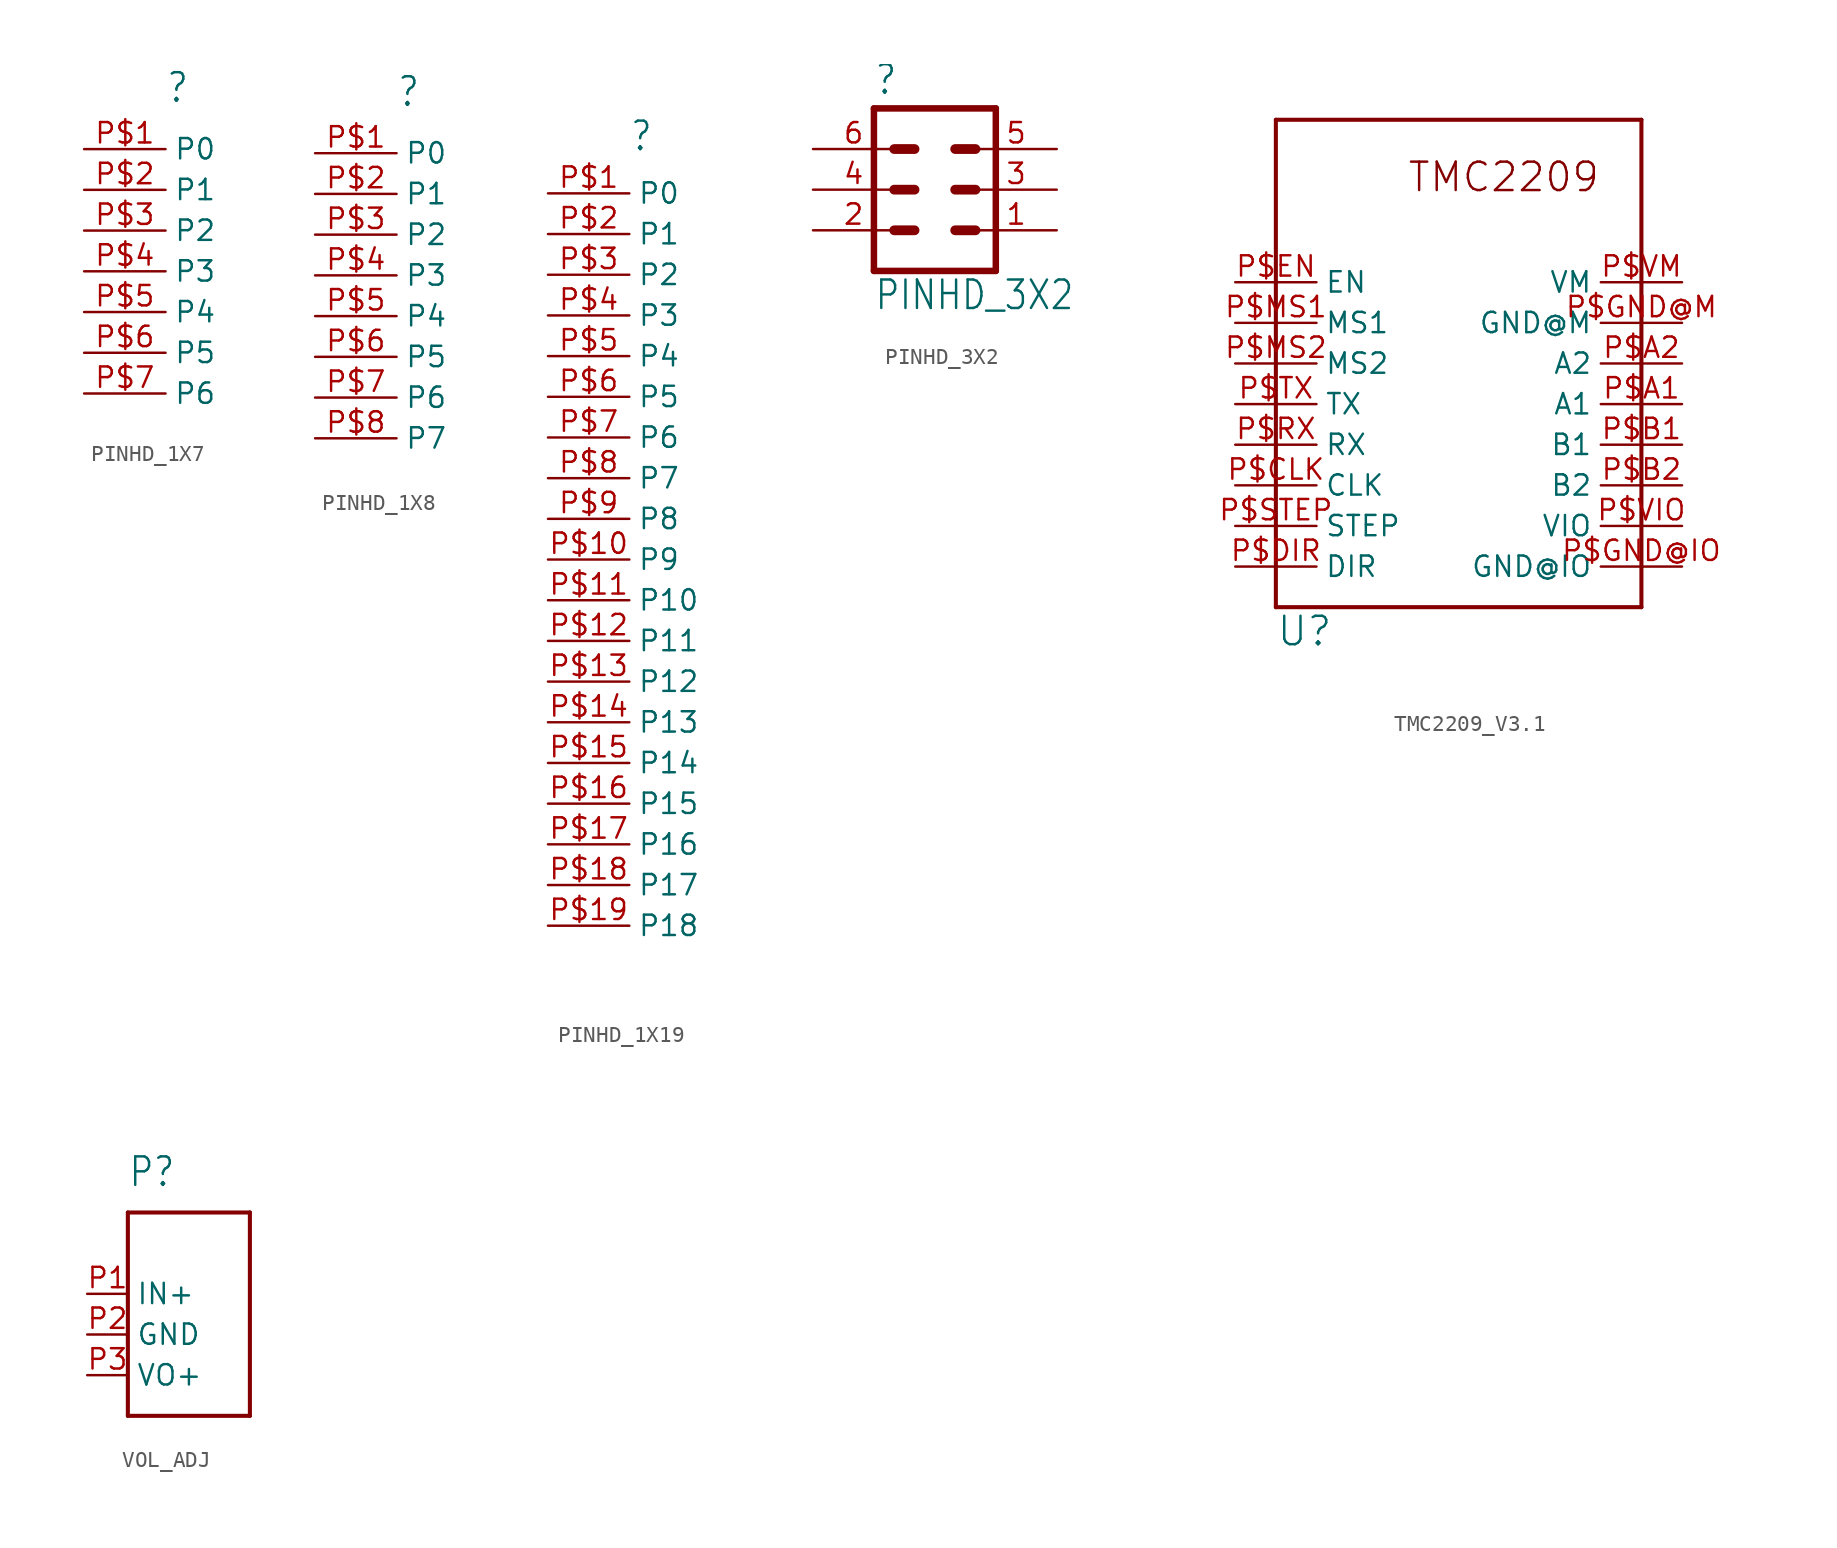
<source format=kicad_sym>
(kicad_symbol_lib
  (version 20211014)
  (generator kicad_symbol_editor)
  (symbol "PINHD_1X7"
    (property "Reference" ""
      (at 0 2.794 0)
      (effects (font (size 1.778 1.511)) (justify left bottom)))
    (property "ki_locked" ""
      (at 0 0 0)
      (effects (font (size 1.27 1.27))))
    (symbol "PINHD_1X7_1_0"
      (pin bidirectional line (at -5.08 0 0) (length 5.08) (name "P0" (effects (font (size 1.27 1.27)))) (number "P$1" (effects (font (size 1.27 1.27)))))
      (pin bidirectional line (at -5.08 -2.54 0) (length 5.08) (name "P1" (effects (font (size 1.27 1.27)))) (number "P$2" (effects (font (size 1.27 1.27)))))
      (pin bidirectional line (at -5.08 -5.08 0) (length 5.08) (name "P2" (effects (font (size 1.27 1.27)))) (number "P$3" (effects (font (size 1.27 1.27)))))
      (pin bidirectional line (at -5.08 -7.62 0) (length 5.08) (name "P3" (effects (font (size 1.27 1.27)))) (number "P$4" (effects (font (size 1.27 1.27)))))
      (pin bidirectional line (at -5.08 -10.16 0) (length 5.08) (name "P4" (effects (font (size 1.27 1.27)))) (number "P$5" (effects (font (size 1.27 1.27)))))
      (pin bidirectional line (at -5.08 -12.7 0) (length 5.08) (name "P5" (effects (font (size 1.27 1.27)))) (number "P$6" (effects (font (size 1.27 1.27)))))
      (pin bidirectional line (at -5.08 -15.24 0) (length 5.08) (name "P6" (effects (font (size 1.27 1.27)))) (number "P$7" (effects (font (size 1.27 1.27)))))))
  (symbol "PINHD_1X8"
    (property "Reference" ""
      (at 0 2.794 0)
      (effects (font (size 1.778 1.511)) (justify left bottom)))
    (property "ki_locked" ""
      (at 0 0 0)
      (effects (font (size 1.27 1.27))))
    (symbol "PINHD_1X8_1_0"
      (pin bidirectional line (at -5.08 0 0) (length 5.08) (name "P0" (effects (font (size 1.27 1.27)))) (number "P$1" (effects (font (size 1.27 1.27)))))
      (pin bidirectional line (at -5.08 -2.54 0) (length 5.08) (name "P1" (effects (font (size 1.27 1.27)))) (number "P$2" (effects (font (size 1.27 1.27)))))
      (pin bidirectional line (at -5.08 -5.08 0) (length 5.08) (name "P2" (effects (font (size 1.27 1.27)))) (number "P$3" (effects (font (size 1.27 1.27)))))
      (pin bidirectional line (at -5.08 -7.62 0) (length 5.08) (name "P3" (effects (font (size 1.27 1.27)))) (number "P$4" (effects (font (size 1.27 1.27)))))
      (pin bidirectional line (at -5.08 -10.16 0) (length 5.08) (name "P4" (effects (font (size 1.27 1.27)))) (number "P$5" (effects (font (size 1.27 1.27)))))
      (pin bidirectional line (at -5.08 -12.7 0) (length 5.08) (name "P5" (effects (font (size 1.27 1.27)))) (number "P$6" (effects (font (size 1.27 1.27)))))
      (pin bidirectional line (at -5.08 -15.24 0) (length 5.08) (name "P6" (effects (font (size 1.27 1.27)))) (number "P$7" (effects (font (size 1.27 1.27)))))
      (pin bidirectional line (at -5.08 -17.78 0) (length 5.08) (name "P7" (effects (font (size 1.27 1.27)))) (number "P$8" (effects (font (size 1.27 1.27)))))))
  (symbol "PINHD_1X19"
    (property "Reference" ""
      (at 0 2.54 0)
      (effects (font (size 1.778 1.511)) (justify left bottom)))
    (property "ki_locked" ""
      (at 0 0 0)
      (effects (font (size 1.27 1.27))))
    (symbol "PINHD_1X19_1_0"
      (pin bidirectional line (at -5.08 0 0) (length 5.08) (name "P0" (effects (font (size 1.27 1.27)))) (number "P$1" (effects (font (size 1.27 1.27)))))
      (pin bidirectional line (at -5.08 -22.86 0) (length 5.08) (name "P9" (effects (font (size 1.27 1.27)))) (number "P$10" (effects (font (size 1.27 1.27)))))
      (pin bidirectional line (at -5.08 -25.4 0) (length 5.08) (name "P10" (effects (font (size 1.27 1.27)))) (number "P$11" (effects (font (size 1.27 1.27)))))
      (pin bidirectional line (at -5.08 -27.94 0) (length 5.08) (name "P11" (effects (font (size 1.27 1.27)))) (number "P$12" (effects (font (size 1.27 1.27)))))
      (pin bidirectional line (at -5.08 -30.48 0) (length 5.08) (name "P12" (effects (font (size 1.27 1.27)))) (number "P$13" (effects (font (size 1.27 1.27)))))
      (pin bidirectional line (at -5.08 -33.02 0) (length 5.08) (name "P13" (effects (font (size 1.27 1.27)))) (number "P$14" (effects (font (size 1.27 1.27)))))
      (pin bidirectional line (at -5.08 -35.56 0) (length 5.08) (name "P14" (effects (font (size 1.27 1.27)))) (number "P$15" (effects (font (size 1.27 1.27)))))
      (pin bidirectional line (at -5.08 -38.1 0) (length 5.08) (name "P15" (effects (font (size 1.27 1.27)))) (number "P$16" (effects (font (size 1.27 1.27)))))
      (pin bidirectional line (at -5.08 -40.64 0) (length 5.08) (name "P16" (effects (font (size 1.27 1.27)))) (number "P$17" (effects (font (size 1.27 1.27)))))
      (pin bidirectional line (at -5.08 -43.18 0) (length 5.08) (name "P17" (effects (font (size 1.27 1.27)))) (number "P$18" (effects (font (size 1.27 1.27)))))
      (pin bidirectional line (at -5.08 -45.72 0) (length 5.08) (name "P18" (effects (font (size 1.27 1.27)))) (number "P$19" (effects (font (size 1.27 1.27)))))
      (pin bidirectional line (at -5.08 -2.54 0) (length 5.08) (name "P1" (effects (font (size 1.27 1.27)))) (number "P$2" (effects (font (size 1.27 1.27)))))
      (pin bidirectional line (at -5.08 -5.08 0) (length 5.08) (name "P2" (effects (font (size 1.27 1.27)))) (number "P$3" (effects (font (size 1.27 1.27)))))
      (pin bidirectional line (at -5.08 -7.62 0) (length 5.08) (name "P3" (effects (font (size 1.27 1.27)))) (number "P$4" (effects (font (size 1.27 1.27)))))
      (pin bidirectional line (at -5.08 -10.16 0) (length 5.08) (name "P4" (effects (font (size 1.27 1.27)))) (number "P$5" (effects (font (size 1.27 1.27)))))
      (pin bidirectional line (at -5.08 -12.7 0) (length 5.08) (name "P5" (effects (font (size 1.27 1.27)))) (number "P$6" (effects (font (size 1.27 1.27)))))
      (pin bidirectional line (at -5.08 -15.24 0) (length 5.08) (name "P6" (effects (font (size 1.27 1.27)))) (number "P$7" (effects (font (size 1.27 1.27)))))
      (pin bidirectional line (at -5.08 -17.78 0) (length 5.08) (name "P7" (effects (font (size 1.27 1.27)))) (number "P$8" (effects (font (size 1.27 1.27)))))
      (pin bidirectional line (at -5.08 -20.32 0) (length 5.08) (name "P8" (effects (font (size 1.27 1.27)))) (number "P$9" (effects (font (size 1.27 1.27)))))))
  (symbol "PINHD_3X2"
    (property "Reference" ""
      (at -3.81 5.842 0)
      (effects (font (size 1.778 1.511)) (justify left bottom)))
    (property "Value" "PINHD_3X2"
      (at -3.81 -7.62 0)
      (effects (font (size 1.778 1.511)) (justify left bottom)))
    (property "ki_locked" ""
      (at 0 0 0)
      (effects (font (size 1.27 1.27))))
    (symbol "PINHD_3X2_1_0"
      (polyline (pts (xy -3.81 5.08) (xy -3.81 -5.08)) (stroke (width 0.406) (type default) (color 0 0 0 0)) (fill (type none)))
      (polyline (pts (xy -3.81 5.08) (xy 3.81 5.08)) (stroke (width 0.406) (type default) (color 0 0 0 0)) (fill (type none)))
      (polyline (pts (xy -2.54 -2.54) (xy -1.27 -2.54)) (stroke (width 0.61) (type default) (color 0 0 0 0)) (fill (type none)))
      (polyline (pts (xy -2.54 0) (xy -1.27 0)) (stroke (width 0.61) (type default) (color 0 0 0 0)) (fill (type none)))
      (polyline (pts (xy -2.54 2.54) (xy -1.27 2.54)) (stroke (width 0.61) (type default) (color 0 0 0 0)) (fill (type none)))
      (polyline (pts (xy 1.27 -2.54) (xy 2.54 -2.54)) (stroke (width 0.61) (type default) (color 0 0 0 0)) (fill (type none)))
      (polyline (pts (xy 1.27 0) (xy 2.54 0)) (stroke (width 0.61) (type default) (color 0 0 0 0)) (fill (type none)))
      (polyline (pts (xy 1.27 2.54) (xy 2.54 2.54)) (stroke (width 0.61) (type default) (color 0 0 0 0)) (fill (type none)))
      (polyline (pts (xy 3.81 -5.08) (xy -3.81 -5.08)) (stroke (width 0.406) (type default) (color 0 0 0 0)) (fill (type none)))
      (polyline (pts (xy 3.81 -5.08) (xy 3.81 5.08)) (stroke (width 0.406) (type default) (color 0 0 0 0)) (fill (type none)))
      (pin passive line (at 7.62 -2.54 180) (length 5.08) (name "1" (effects (font (size 0 0)))) (number "1" (effects (font (size 1.27 1.27)))))
      (pin passive line (at -7.62 -2.54 0) (length 5.08) (name "2" (effects (font (size 0 0)))) (number "2" (effects (font (size 1.27 1.27)))))
      (pin passive line (at 7.62 0 180) (length 5.08) (name "3" (effects (font (size 0 0)))) (number "3" (effects (font (size 1.27 1.27)))))
      (pin passive line (at -7.62 0 0) (length 5.08) (name "4" (effects (font (size 0 0)))) (number "4" (effects (font (size 1.27 1.27)))))
      (pin passive line (at 7.62 2.54 180) (length 5.08) (name "5" (effects (font (size 0 0)))) (number "5" (effects (font (size 1.27 1.27)))))
      (pin passive line (at -7.62 2.54 0) (length 5.08) (name "6" (effects (font (size 0 0)))) (number "6" (effects (font (size 1.27 1.27)))))))
  (symbol "TMC2209_V3.1"
    (property "Reference" "U"
      (at -10.16 -15.24 0)
      (effects (font (size 1.778 1.778)) (justify left bottom)))
    (property "ki_locked" ""
      (at 0 0 0)
      (effects (font (size 1.27 1.27))))
    (symbol "TMC2209_V3.1_1_0"
      (polyline (pts (xy -10.16 -12.7) (xy 12.7 -12.7)) (stroke (width 0.254) (type default) (color 0 0 0 0)) (fill (type none)))
      (polyline (pts (xy -10.16 17.78) (xy -10.16 -12.7)) (stroke (width 0.254) (type default) (color 0 0 0 0)) (fill (type none)))
      (polyline (pts (xy 12.7 -12.7) (xy 12.7 17.78)) (stroke (width 0.254) (type default) (color 0 0 0 0)) (fill (type none)))
      (polyline (pts (xy 12.7 17.78) (xy -10.16 17.78)) (stroke (width 0.254) (type default) (color 0 0 0 0)) (fill (type none)))
      (text "TMC2209" (at 10.16 15.24 0) (effects (font (size 1.778 1.778)) (justify right top)))
      (pin bidirectional line (at 15.24 0 180) (length 5.08) (name "A1" (effects (font (size 1.27 1.27)))) (number "P$A1" (effects (font (size 1.27 1.27)))))
      (pin bidirectional line (at 15.24 2.54 180) (length 5.08) (name "A2" (effects (font (size 1.27 1.27)))) (number "P$A2" (effects (font (size 1.27 1.27)))))
      (pin bidirectional line (at 15.24 -2.54 180) (length 5.08) (name "B1" (effects (font (size 1.27 1.27)))) (number "P$B1" (effects (font (size 1.27 1.27)))))
      (pin bidirectional line (at 15.24 -5.08 180) (length 5.08) (name "B2" (effects (font (size 1.27 1.27)))) (number "P$B2" (effects (font (size 1.27 1.27)))))
      (pin bidirectional line (at -12.7 -5.08 0) (length 5.08) (name "CLK" (effects (font (size 1.27 1.27)))) (number "P$CLK" (effects (font (size 1.27 1.27)))))
      (pin bidirectional line (at -12.7 -10.16 0) (length 5.08) (name "DIR" (effects (font (size 1.27 1.27)))) (number "P$DIR" (effects (font (size 1.27 1.27)))))
      (pin bidirectional line (at -12.7 7.62 0) (length 5.08) (name "EN" (effects (font (size 1.27 1.27)))) (number "P$EN" (effects (font (size 1.27 1.27)))))
      (pin bidirectional line (at 15.24 -10.16 180) (length 5.08) (name "GND@IO" (effects (font (size 1.27 1.27)))) (number "P$GND@IO" (effects (font (size 1.27 1.27)))))
      (pin bidirectional line (at 15.24 5.08 180) (length 5.08) (name "GND@M" (effects (font (size 1.27 1.27)))) (number "P$GND@M" (effects (font (size 1.27 1.27)))))
      (pin bidirectional line (at -12.7 5.08 0) (length 5.08) (name "MS1" (effects (font (size 1.27 1.27)))) (number "P$MS1" (effects (font (size 1.27 1.27)))))
      (pin bidirectional line (at -12.7 2.54 0) (length 5.08) (name "MS2" (effects (font (size 1.27 1.27)))) (number "P$MS2" (effects (font (size 1.27 1.27)))))
      (pin bidirectional line (at -12.7 -2.54 0) (length 5.08) (name "RX" (effects (font (size 1.27 1.27)))) (number "P$RX" (effects (font (size 1.27 1.27)))))
      (pin bidirectional line (at -12.7 -7.62 0) (length 5.08) (name "STEP" (effects (font (size 1.27 1.27)))) (number "P$STEP" (effects (font (size 1.27 1.27)))))
      (pin bidirectional line (at -12.7 0 0) (length 5.08) (name "TX" (effects (font (size 1.27 1.27)))) (number "P$TX" (effects (font (size 1.27 1.27)))))
      (pin bidirectional line (at 15.24 -7.62 180) (length 5.08) (name "VIO" (effects (font (size 1.27 1.27)))) (number "P$VIO" (effects (font (size 1.27 1.27)))))
      (pin bidirectional line (at 15.24 7.62 180) (length 5.08) (name "VM" (effects (font (size 1.27 1.27)))) (number "P$VM" (effects (font (size 1.27 1.27)))))))
  (symbol "VOL_ADJ"
    (property "Reference" "P"
      (at -2.54 10.16 0)
      (effects (font (size 1.778 1.511)) (justify left)))
    (property "ki_locked" ""
      (at 0 0 0)
      (effects (font (size 1.27 1.27))))
    (symbol "VOL_ADJ_1_0"
      (polyline (pts (xy -2.54 -5.08) (xy 5.08 -5.08)) (stroke (width 0.254) (type default) (color 0 0 0 0)) (fill (type none)))
      (polyline (pts (xy -2.54 7.62) (xy -2.54 -5.08)) (stroke (width 0.254) (type default) (color 0 0 0 0)) (fill (type none)))
      (polyline (pts (xy 5.08 -5.08) (xy 5.08 7.62)) (stroke (width 0.254) (type default) (color 0 0 0 0)) (fill (type none)))
      (polyline (pts (xy 5.08 7.62) (xy -2.54 7.62)) (stroke (width 0.254) (type default) (color 0 0 0 0)) (fill (type none)))
      (pin bidirectional line (at -5.08 2.54 0) (length 2.54) (name "IN+" (effects (font (size 1.27 1.27)))) (number "P1" (effects (font (size 1.27 1.27)))))
      (pin bidirectional line (at -5.08 0 0) (length 2.54) (name "GND" (effects (font (size 1.27 1.27)))) (number "P2" (effects (font (size 1.27 1.27)))))
      (pin bidirectional line (at -5.08 -2.54 0) (length 2.54) (name "VO+" (effects (font (size 1.27 1.27)))) (number "P3" (effects (font (size 1.27 1.27))))))))
</source>
